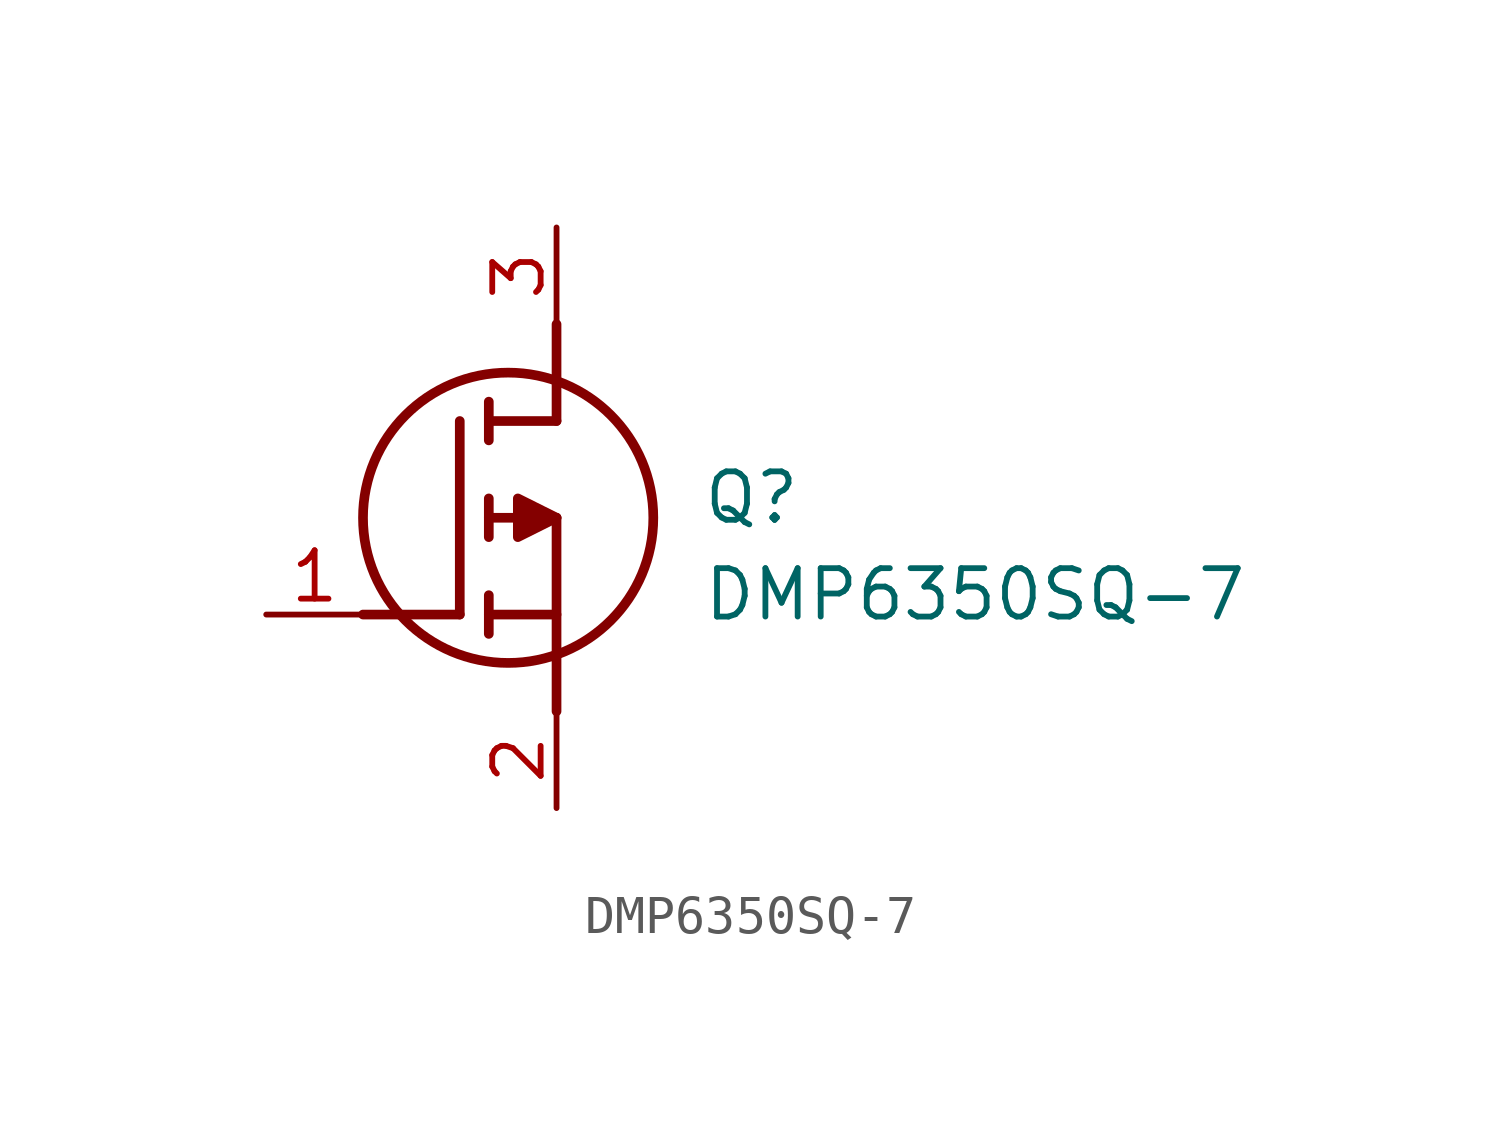
<source format=kicad_sym>
(kicad_symbol_lib
  (version 20211014)
  (generator SamacSys_ECAD_Model)
  (symbol "DMP6350SQ-7"
    (pin_names hide)
    (property "Reference" "Q"
      (at 11.43 3.81 0)
      (effects (font (size 1.27 1.27)) (justify left top)))
    (property "Value" "DMP6350SQ-7"
      (at 11.43 1.27 0)
      (effects (font (size 1.27 1.27)) (justify left top)))
    (polyline
      (pts (xy 7.62 2.54) (xy 7.62 -2.54))
      (stroke (width 0.254) (type default))
      (fill (type none)))
    (polyline
      (pts (xy 7.62 5.08) (xy 7.62 7.62))
      (stroke (width 0.254) (type default))
      (fill (type none)))
    (polyline
      (pts (xy 2.54 0) (xy 5.08 0))
      (stroke (width 0.254) (type default))
      (fill (type none)))
    (polyline
      (pts (xy 5.08 5.08) (xy 5.08 0))
      (stroke (width 0.254) (type default))
      (fill (type none)))
    (polyline
      (pts (xy 7.62 2.54) (xy 5.842 2.54))
      (stroke (width 0.254) (type default))
      (fill (type none)))
    (polyline
      (pts (xy 7.62 5.08) (xy 5.842 5.08))
      (stroke (width 0.254) (type default))
      (fill (type none)))
    (polyline
      (pts (xy 5.842 0) (xy 7.62 0))
      (stroke (width 0.254) (type default))
      (fill (type none)))
    (polyline
      (pts (xy 5.842 5.588) (xy 5.842 4.572))
      (stroke (width 0.254) (type default))
      (fill (type none)))
    (polyline
      (pts (xy 5.842 -0.508) (xy 5.842 0.508))
      (stroke (width 0.254) (type default))
      (fill (type none)))
    (polyline
      (pts (xy 5.842 2.032) (xy 5.842 3.048))
      (stroke (width 0.254) (type default))
      (fill (type none)))
    (circle
      (center 6.35 2.54)
      (radius 3.81)
      (stroke (width 0.254) (type default))
      (fill (type none)))
    (polyline
      (pts (xy 7.62 2.54) (xy 6.604 3.048) (xy 6.604 2.032) (xy 7.62 2.54))
      (stroke (width 0.254) (type default))
      (fill (type outline)))
    (pin passive line
      (at 0 0 0)
      (length 2.54)
      (name "G" (effects (font (size 1.27 1.27))))
      (number "1" (effects (font (size 1.27 1.27)))))
    (pin passive line
      (at 7.62 10.16 270)
      (length 2.54)
      (name "D" (effects (font (size 1.27 1.27))))
      (number "3" (effects (font (size 1.27 1.27)))))
    (pin passive line
      (at 7.62 -5.08 90)
      (length 2.54)
      (name "S" (effects (font (size 1.27 1.27))))
      (number "2" (effects (font (size 1.27 1.27)))))))
</source>
